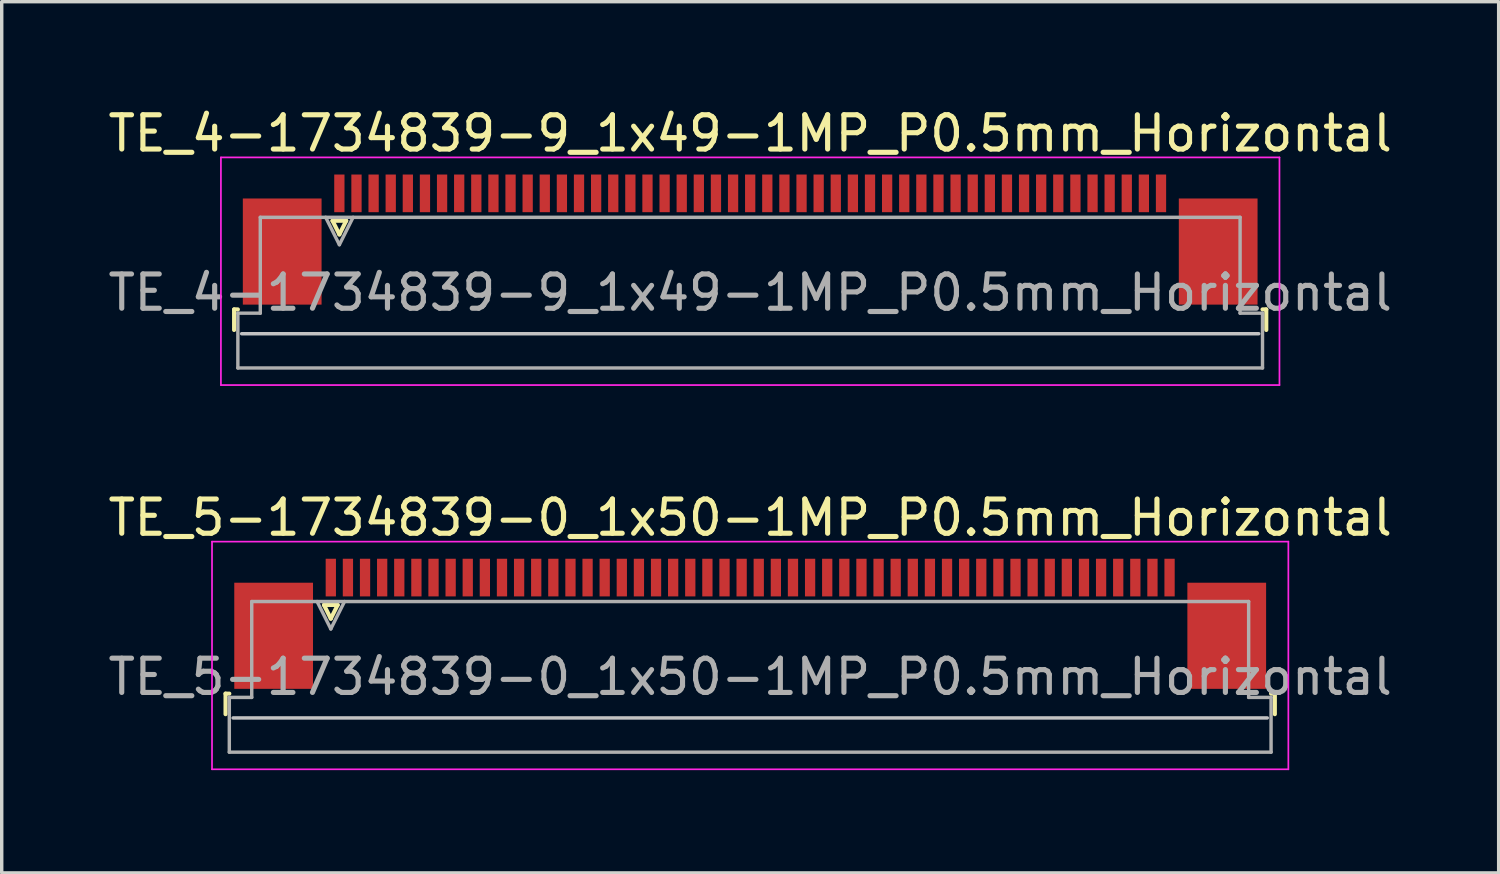
<source format=kicad_pcb>
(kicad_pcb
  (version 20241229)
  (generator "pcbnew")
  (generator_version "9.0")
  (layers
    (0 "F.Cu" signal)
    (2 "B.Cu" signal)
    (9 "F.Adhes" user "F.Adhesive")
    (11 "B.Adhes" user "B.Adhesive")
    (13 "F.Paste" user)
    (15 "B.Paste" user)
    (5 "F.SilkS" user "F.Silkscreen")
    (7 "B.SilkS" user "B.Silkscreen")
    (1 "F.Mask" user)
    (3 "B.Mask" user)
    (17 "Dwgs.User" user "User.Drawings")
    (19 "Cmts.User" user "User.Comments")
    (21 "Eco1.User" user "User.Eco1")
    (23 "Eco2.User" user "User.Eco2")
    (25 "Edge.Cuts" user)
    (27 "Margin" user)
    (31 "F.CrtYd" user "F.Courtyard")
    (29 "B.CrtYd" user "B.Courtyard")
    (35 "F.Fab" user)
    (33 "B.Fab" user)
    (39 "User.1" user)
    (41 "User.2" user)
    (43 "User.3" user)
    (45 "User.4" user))
  (footprint "TE_5-1734839-0_1x50-1MP_P0.5mm_Horizontal"
    (layer "F.Cu")
    (at 18.863 15.171)
    (property "Reference" "TE_5-1734839-0_1x50-1MP_P0.5mm_Horizontal" (at 0 -3.1 0) (layer "F.SilkS") (effects (font (size 1 1) (thickness 0.15))))
    (attr smd)
    (fp_line (start -15.325 2.04) (end -15.325 2.64) (stroke (width 0.12) (type solid)) (layer "F.SilkS"))
    (fp_line (start -15.215 2.04) (end -15.325 2.04) (stroke (width 0.12) (type solid)) (layer "F.SilkS"))
    (fp_line (start -12.45 -0.55) (end -12.25 -0.15) (stroke (width 0.12) (type solid)) (layer "F.SilkS"))
    (fp_line (start -12.25 -0.15) (end -12.05 -0.55) (stroke (width 0.12) (type solid)) (layer "F.SilkS"))
    (fp_line (start -12.05 -0.55) (end -12.45 -0.55) (stroke (width 0.12) (type solid)) (layer "F.SilkS"))
    (fp_line (start 15.215 2.04) (end 15.325 2.04) (stroke (width 0.12) (type solid)) (layer "F.SilkS"))
    (fp_line (start 15.325 2.04) (end 15.325 2.64) (stroke (width 0.12) (type solid)) (layer "F.SilkS"))
    (fp_line (start 15.105 2.75) (end -15.105 2.75) (stroke (width 0.1) (type solid)) (layer "Dwgs.User"))
    (fp_line (start -15.72 -2.4) (end -15.72 4.25) (stroke (width 0.05) (type solid)) (layer "F.CrtYd"))
    (fp_line (start -15.72 4.25) (end 15.72 4.25) (stroke (width 0.05) (type solid)) (layer "F.CrtYd"))
    (fp_line (start 15.72 -2.4) (end -15.72 -2.4) (stroke (width 0.05) (type solid)) (layer "F.CrtYd"))
    (fp_line (start 15.72 4.25) (end 15.72 -2.4) (stroke (width 0.05) (type solid)) (layer "F.CrtYd"))
    (fp_line (start -15.215 2.15) (end -14.56 2.15) (stroke (width 0.1) (type solid)) (layer "F.Fab"))
    (fp_line (start -15.215 3.75) (end -15.215 2.15) (stroke (width 0.1) (type solid)) (layer "F.Fab"))
    (fp_line (start -14.56 -0.65) (end 14.56 -0.65) (stroke (width 0.1) (type solid)) (layer "F.Fab"))
    (fp_line (start -14.56 2.15) (end -14.56 -0.65) (stroke (width 0.1) (type solid)) (layer "F.Fab"))
    (fp_line (start -12.65 -0.65) (end -12.25 0.15) (stroke (width 0.1) (type solid)) (layer "F.Fab"))
    (fp_line (start -12.25 0.15) (end -11.85 -0.65) (stroke (width 0.1) (type solid)) (layer "F.Fab"))
    (fp_line (start 14.56 -0.65) (end 14.56 2.15) (stroke (width 0.1) (type solid)) (layer "F.Fab"))
    (fp_line (start 14.56 2.15) (end 15.215 2.15) (stroke (width 0.1) (type solid)) (layer "F.Fab"))
    (fp_line (start 15.215 2.15) (end 15.215 3.75) (stroke (width 0.1) (type solid)) (layer "F.Fab"))
    (fp_line (start 15.215 3.75) (end -15.215 3.75) (stroke (width 0.1) (type solid)) (layer "F.Fab"))
    (fp_text user "${REFERENCE}" (at 0 1.55 0) (layer "F.Fab") (effects (font (size 1 1) (thickness 0.15))))
    (pad "1" smd rect (at -12.25 -1.35) (size 0.3 1.1) (layers "F.Cu" "F.Mask" "F.Paste"))
    (pad "2" smd rect (at -11.75 -1.35) (size 0.3 1.1) (layers "F.Cu" "F.Mask" "F.Paste"))
    (pad "3" smd rect (at -11.25 -1.35) (size 0.3 1.1) (layers "F.Cu" "F.Mask" "F.Paste"))
    (pad "4" smd rect (at -10.75 -1.35) (size 0.3 1.1) (layers "F.Cu" "F.Mask" "F.Paste"))
    (pad "5" smd rect (at -10.25 -1.35) (size 0.3 1.1) (layers "F.Cu" "F.Mask" "F.Paste"))
    (pad "6" smd rect (at -9.75 -1.35) (size 0.3 1.1) (layers "F.Cu" "F.Mask" "F.Paste"))
    (pad "7" smd rect (at -9.25 -1.35) (size 0.3 1.1) (layers "F.Cu" "F.Mask" "F.Paste"))
    (pad "8" smd rect (at -8.75 -1.35) (size 0.3 1.1) (layers "F.Cu" "F.Mask" "F.Paste"))
    (pad "9" smd rect (at -8.25 -1.35) (size 0.3 1.1) (layers "F.Cu" "F.Mask" "F.Paste"))
    (pad "10" smd rect (at -7.75 -1.35) (size 0.3 1.1) (layers "F.Cu" "F.Mask" "F.Paste"))
    (pad "11" smd rect (at -7.25 -1.35) (size 0.3 1.1) (layers "F.Cu" "F.Mask" "F.Paste"))
    (pad "12" smd rect (at -6.75 -1.35) (size 0.3 1.1) (layers "F.Cu" "F.Mask" "F.Paste"))
    (pad "13" smd rect (at -6.25 -1.35) (size 0.3 1.1) (layers "F.Cu" "F.Mask" "F.Paste"))
    (pad "14" smd rect (at -5.75 -1.35) (size 0.3 1.1) (layers "F.Cu" "F.Mask" "F.Paste"))
    (pad "15" smd rect (at -5.25 -1.35) (size 0.3 1.1) (layers "F.Cu" "F.Mask" "F.Paste"))
    (pad "16" smd rect (at -4.75 -1.35) (size 0.3 1.1) (layers "F.Cu" "F.Mask" "F.Paste"))
    (pad "17" smd rect (at -4.25 -1.35) (size 0.3 1.1) (layers "F.Cu" "F.Mask" "F.Paste"))
    (pad "18" smd rect (at -3.75 -1.35) (size 0.3 1.1) (layers "F.Cu" "F.Mask" "F.Paste"))
    (pad "19" smd rect (at -3.25 -1.35) (size 0.3 1.1) (layers "F.Cu" "F.Mask" "F.Paste"))
    (pad "20" smd rect (at -2.75 -1.35) (size 0.3 1.1) (layers "F.Cu" "F.Mask" "F.Paste"))
    (pad "21" smd rect (at -2.25 -1.35) (size 0.3 1.1) (layers "F.Cu" "F.Mask" "F.Paste"))
    (pad "22" smd rect (at -1.75 -1.35) (size 0.3 1.1) (layers "F.Cu" "F.Mask" "F.Paste"))
    (pad "23" smd rect (at -1.25 -1.35) (size 0.3 1.1) (layers "F.Cu" "F.Mask" "F.Paste"))
    (pad "24" smd rect (at -0.75 -1.35) (size 0.3 1.1) (layers "F.Cu" "F.Mask" "F.Paste"))
    (pad "25" smd rect (at -0.25 -1.35) (size 0.3 1.1) (layers "F.Cu" "F.Mask" "F.Paste"))
    (pad "26" smd rect (at 0.25 -1.35) (size 0.3 1.1) (layers "F.Cu" "F.Mask" "F.Paste"))
    (pad "27" smd rect (at 0.75 -1.35) (size 0.3 1.1) (layers "F.Cu" "F.Mask" "F.Paste"))
    (pad "28" smd rect (at 1.25 -1.35) (size 0.3 1.1) (layers "F.Cu" "F.Mask" "F.Paste"))
    (pad "29" smd rect (at 1.75 -1.35) (size 0.3 1.1) (layers "F.Cu" "F.Mask" "F.Paste"))
    (pad "30" smd rect (at 2.25 -1.35) (size 0.3 1.1) (layers "F.Cu" "F.Mask" "F.Paste"))
    (pad "31" smd rect (at 2.75 -1.35) (size 0.3 1.1) (layers "F.Cu" "F.Mask" "F.Paste"))
    (pad "32" smd rect (at 3.25 -1.35) (size 0.3 1.1) (layers "F.Cu" "F.Mask" "F.Paste"))
    (pad "33" smd rect (at 3.75 -1.35) (size 0.3 1.1) (layers "F.Cu" "F.Mask" "F.Paste"))
    (pad "34" smd rect (at 4.25 -1.35) (size 0.3 1.1) (layers "F.Cu" "F.Mask" "F.Paste"))
    (pad "35" smd rect (at 4.75 -1.35) (size 0.3 1.1) (layers "F.Cu" "F.Mask" "F.Paste"))
    (pad "36" smd rect (at 5.25 -1.35) (size 0.3 1.1) (layers "F.Cu" "F.Mask" "F.Paste"))
    (pad "37" smd rect (at 5.75 -1.35) (size 0.3 1.1) (layers "F.Cu" "F.Mask" "F.Paste"))
    (pad "38" smd rect (at 6.25 -1.35) (size 0.3 1.1) (layers "F.Cu" "F.Mask" "F.Paste"))
    (pad "39" smd rect (at 6.75 -1.35) (size 0.3 1.1) (layers "F.Cu" "F.Mask" "F.Paste"))
    (pad "40" smd rect (at 7.25 -1.35) (size 0.3 1.1) (layers "F.Cu" "F.Mask" "F.Paste"))
    (pad "41" smd rect (at 7.75 -1.35) (size 0.3 1.1) (layers "F.Cu" "F.Mask" "F.Paste"))
    (pad "42" smd rect (at 8.25 -1.35) (size 0.3 1.1) (layers "F.Cu" "F.Mask" "F.Paste"))
    (pad "43" smd rect (at 8.75 -1.35) (size 0.3 1.1) (layers "F.Cu" "F.Mask" "F.Paste"))
    (pad "44" smd rect (at 9.25 -1.35) (size 0.3 1.1) (layers "F.Cu" "F.Mask" "F.Paste"))
    (pad "45" smd rect (at 9.75 -1.35) (size 0.3 1.1) (layers "F.Cu" "F.Mask" "F.Paste"))
    (pad "46" smd rect (at 10.25 -1.35) (size 0.3 1.1) (layers "F.Cu" "F.Mask" "F.Paste"))
    (pad "47" smd rect (at 10.75 -1.35) (size 0.3 1.1) (layers "F.Cu" "F.Mask" "F.Paste"))
    (pad "48" smd rect (at 11.25 -1.35) (size 0.3 1.1) (layers "F.Cu" "F.Mask" "F.Paste"))
    (pad "49" smd rect (at 11.75 -1.35) (size 0.3 1.1) (layers "F.Cu" "F.Mask" "F.Paste"))
    (pad "50" smd rect (at 12.25 -1.35) (size 0.3 1.1) (layers "F.Cu" "F.Mask" "F.Paste"))
    (pad "MP" smd rect (at -13.92 0.35) (size 2.3 3.1) (layers "F.Cu" "F.Mask" "F.Paste"))
    (pad "MP" smd rect (at 13.92 0.35) (size 2.3 3.1) (layers "F.Cu" "F.Mask" "F.Paste")))
  (footprint "TE_4-1734839-9_1x49-1MP_P0.5mm_Horizontal"
    (layer "F.Cu")
    (at 18.863 3.948)
    (property "Reference" "TE_4-1734839-9_1x49-1MP_P0.5mm_Horizontal" (at 0 -3.1 0) (layer "F.SilkS") (effects (font (size 1 1) (thickness 0.15))))
    (attr smd)
    (fp_line (start -15.075 2.04) (end -15.075 2.64) (stroke (width 0.12) (type solid)) (layer "F.SilkS"))
    (fp_line (start -14.965 2.04) (end -15.075 2.04) (stroke (width 0.12) (type solid)) (layer "F.SilkS"))
    (fp_line (start -12.2 -0.55) (end -12 -0.15) (stroke (width 0.12) (type solid)) (layer "F.SilkS"))
    (fp_line (start -12 -0.15) (end -11.8 -0.55) (stroke (width 0.12) (type solid)) (layer "F.SilkS"))
    (fp_line (start -11.8 -0.55) (end -12.2 -0.55) (stroke (width 0.12) (type solid)) (layer "F.SilkS"))
    (fp_line (start 14.965 2.04) (end 15.075 2.04) (stroke (width 0.12) (type solid)) (layer "F.SilkS"))
    (fp_line (start 15.075 2.04) (end 15.075 2.64) (stroke (width 0.12) (type solid)) (layer "F.SilkS"))
    (fp_line (start 14.855 2.75) (end -14.855 2.75) (stroke (width 0.1) (type solid)) (layer "Dwgs.User"))
    (fp_line (start -15.46 -2.4) (end -15.46 4.25) (stroke (width 0.05) (type solid)) (layer "F.CrtYd"))
    (fp_line (start -15.46 4.25) (end 15.46 4.25) (stroke (width 0.05) (type solid)) (layer "F.CrtYd"))
    (fp_line (start 15.46 -2.4) (end -15.46 -2.4) (stroke (width 0.05) (type solid)) (layer "F.CrtYd"))
    (fp_line (start 15.46 4.25) (end 15.46 -2.4) (stroke (width 0.05) (type solid)) (layer "F.CrtYd"))
    (fp_line (start -14.965 2.15) (end -14.31 2.15) (stroke (width 0.1) (type solid)) (layer "F.Fab"))
    (fp_line (start -14.965 3.75) (end -14.965 2.15) (stroke (width 0.1) (type solid)) (layer "F.Fab"))
    (fp_line (start -14.31 -0.65) (end 14.31 -0.65) (stroke (width 0.1) (type solid)) (layer "F.Fab"))
    (fp_line (start -14.31 2.15) (end -14.31 -0.65) (stroke (width 0.1) (type solid)) (layer "F.Fab"))
    (fp_line (start -12.4 -0.65) (end -12 0.15) (stroke (width 0.1) (type solid)) (layer "F.Fab"))
    (fp_line (start -12 0.15) (end -11.6 -0.65) (stroke (width 0.1) (type solid)) (layer "F.Fab"))
    (fp_line (start 14.31 -0.65) (end 14.31 2.15) (stroke (width 0.1) (type solid)) (layer "F.Fab"))
    (fp_line (start 14.31 2.15) (end 14.965 2.15) (stroke (width 0.1) (type solid)) (layer "F.Fab"))
    (fp_line (start 14.965 2.15) (end 14.965 3.75) (stroke (width 0.1) (type solid)) (layer "F.Fab"))
    (fp_line (start 14.965 3.75) (end -14.965 3.75) (stroke (width 0.1) (type solid)) (layer "F.Fab"))
    (fp_text user "${REFERENCE}" (at 0 1.55 0) (layer "F.Fab") (effects (font (size 1 1) (thickness 0.15))))
    (pad "1" smd rect (at -12 -1.35) (size 0.3 1.1) (layers "F.Cu" "F.Mask" "F.Paste"))
    (pad "2" smd rect (at -11.5 -1.35) (size 0.3 1.1) (layers "F.Cu" "F.Mask" "F.Paste"))
    (pad "3" smd rect (at -11 -1.35) (size 0.3 1.1) (layers "F.Cu" "F.Mask" "F.Paste"))
    (pad "4" smd rect (at -10.5 -1.35) (size 0.3 1.1) (layers "F.Cu" "F.Mask" "F.Paste"))
    (pad "5" smd rect (at -10 -1.35) (size 0.3 1.1) (layers "F.Cu" "F.Mask" "F.Paste"))
    (pad "6" smd rect (at -9.5 -1.35) (size 0.3 1.1) (layers "F.Cu" "F.Mask" "F.Paste"))
    (pad "7" smd rect (at -9 -1.35) (size 0.3 1.1) (layers "F.Cu" "F.Mask" "F.Paste"))
    (pad "8" smd rect (at -8.5 -1.35) (size 0.3 1.1) (layers "F.Cu" "F.Mask" "F.Paste"))
    (pad "9" smd rect (at -8 -1.35) (size 0.3 1.1) (layers "F.Cu" "F.Mask" "F.Paste"))
    (pad "10" smd rect (at -7.5 -1.35) (size 0.3 1.1) (layers "F.Cu" "F.Mask" "F.Paste"))
    (pad "11" smd rect (at -7 -1.35) (size 0.3 1.1) (layers "F.Cu" "F.Mask" "F.Paste"))
    (pad "12" smd rect (at -6.5 -1.35) (size 0.3 1.1) (layers "F.Cu" "F.Mask" "F.Paste"))
    (pad "13" smd rect (at -6 -1.35) (size 0.3 1.1) (layers "F.Cu" "F.Mask" "F.Paste"))
    (pad "14" smd rect (at -5.5 -1.35) (size 0.3 1.1) (layers "F.Cu" "F.Mask" "F.Paste"))
    (pad "15" smd rect (at -5 -1.35) (size 0.3 1.1) (layers "F.Cu" "F.Mask" "F.Paste"))
    (pad "16" smd rect (at -4.5 -1.35) (size 0.3 1.1) (layers "F.Cu" "F.Mask" "F.Paste"))
    (pad "17" smd rect (at -4 -1.35) (size 0.3 1.1) (layers "F.Cu" "F.Mask" "F.Paste"))
    (pad "18" smd rect (at -3.5 -1.35) (size 0.3 1.1) (layers "F.Cu" "F.Mask" "F.Paste"))
    (pad "19" smd rect (at -3 -1.35) (size 0.3 1.1) (layers "F.Cu" "F.Mask" "F.Paste"))
    (pad "20" smd rect (at -2.5 -1.35) (size 0.3 1.1) (layers "F.Cu" "F.Mask" "F.Paste"))
    (pad "21" smd rect (at -2 -1.35) (size 0.3 1.1) (layers "F.Cu" "F.Mask" "F.Paste"))
    (pad "22" smd rect (at -1.5 -1.35) (size 0.3 1.1) (layers "F.Cu" "F.Mask" "F.Paste"))
    (pad "23" smd rect (at -1 -1.35) (size 0.3 1.1) (layers "F.Cu" "F.Mask" "F.Paste"))
    (pad "24" smd rect (at -0.5 -1.35) (size 0.3 1.1) (layers "F.Cu" "F.Mask" "F.Paste"))
    (pad "25" smd rect (at 0 -1.35) (size 0.3 1.1) (layers "F.Cu" "F.Mask" "F.Paste"))
    (pad "26" smd rect (at 0.5 -1.35) (size 0.3 1.1) (layers "F.Cu" "F.Mask" "F.Paste"))
    (pad "27" smd rect (at 1 -1.35) (size 0.3 1.1) (layers "F.Cu" "F.Mask" "F.Paste"))
    (pad "28" smd rect (at 1.5 -1.35) (size 0.3 1.1) (layers "F.Cu" "F.Mask" "F.Paste"))
    (pad "29" smd rect (at 2 -1.35) (size 0.3 1.1) (layers "F.Cu" "F.Mask" "F.Paste"))
    (pad "30" smd rect (at 2.5 -1.35) (size 0.3 1.1) (layers "F.Cu" "F.Mask" "F.Paste"))
    (pad "31" smd rect (at 3 -1.35) (size 0.3 1.1) (layers "F.Cu" "F.Mask" "F.Paste"))
    (pad "32" smd rect (at 3.5 -1.35) (size 0.3 1.1) (layers "F.Cu" "F.Mask" "F.Paste"))
    (pad "33" smd rect (at 4 -1.35) (size 0.3 1.1) (layers "F.Cu" "F.Mask" "F.Paste"))
    (pad "34" smd rect (at 4.5 -1.35) (size 0.3 1.1) (layers "F.Cu" "F.Mask" "F.Paste"))
    (pad "35" smd rect (at 5 -1.35) (size 0.3 1.1) (layers "F.Cu" "F.Mask" "F.Paste"))
    (pad "36" smd rect (at 5.5 -1.35) (size 0.3 1.1) (layers "F.Cu" "F.Mask" "F.Paste"))
    (pad "37" smd rect (at 6 -1.35) (size 0.3 1.1) (layers "F.Cu" "F.Mask" "F.Paste"))
    (pad "38" smd rect (at 6.5 -1.35) (size 0.3 1.1) (layers "F.Cu" "F.Mask" "F.Paste"))
    (pad "39" smd rect (at 7 -1.35) (size 0.3 1.1) (layers "F.Cu" "F.Mask" "F.Paste"))
    (pad "40" smd rect (at 7.5 -1.35) (size 0.3 1.1) (layers "F.Cu" "F.Mask" "F.Paste"))
    (pad "41" smd rect (at 8 -1.35) (size 0.3 1.1) (layers "F.Cu" "F.Mask" "F.Paste"))
    (pad "42" smd rect (at 8.5 -1.35) (size 0.3 1.1) (layers "F.Cu" "F.Mask" "F.Paste"))
    (pad "43" smd rect (at 9 -1.35) (size 0.3 1.1) (layers "F.Cu" "F.Mask" "F.Paste"))
    (pad "44" smd rect (at 9.5 -1.35) (size 0.3 1.1) (layers "F.Cu" "F.Mask" "F.Paste"))
    (pad "45" smd rect (at 10 -1.35) (size 0.3 1.1) (layers "F.Cu" "F.Mask" "F.Paste"))
    (pad "46" smd rect (at 10.5 -1.35) (size 0.3 1.1) (layers "F.Cu" "F.Mask" "F.Paste"))
    (pad "47" smd rect (at 11 -1.35) (size 0.3 1.1) (layers "F.Cu" "F.Mask" "F.Paste"))
    (pad "48" smd rect (at 11.5 -1.35) (size 0.3 1.1) (layers "F.Cu" "F.Mask" "F.Paste"))
    (pad "49" smd rect (at 12 -1.35) (size 0.3 1.1) (layers "F.Cu" "F.Mask" "F.Paste"))
    (pad "MP" smd rect (at -13.67 0.35) (size 2.3 3.1) (layers "F.Cu" "F.Mask" "F.Paste"))
    (pad "MP" smd rect (at 13.67 0.35) (size 2.3 3.1) (layers "F.Cu" "F.Mask" "F.Paste")))
  (gr_rect
    (start -3 -3)
    (end 40.726 22.447)
    (stroke (width 0.1) (type default))
    (fill no)
    (layer "Edge.Cuts")))
</source>
